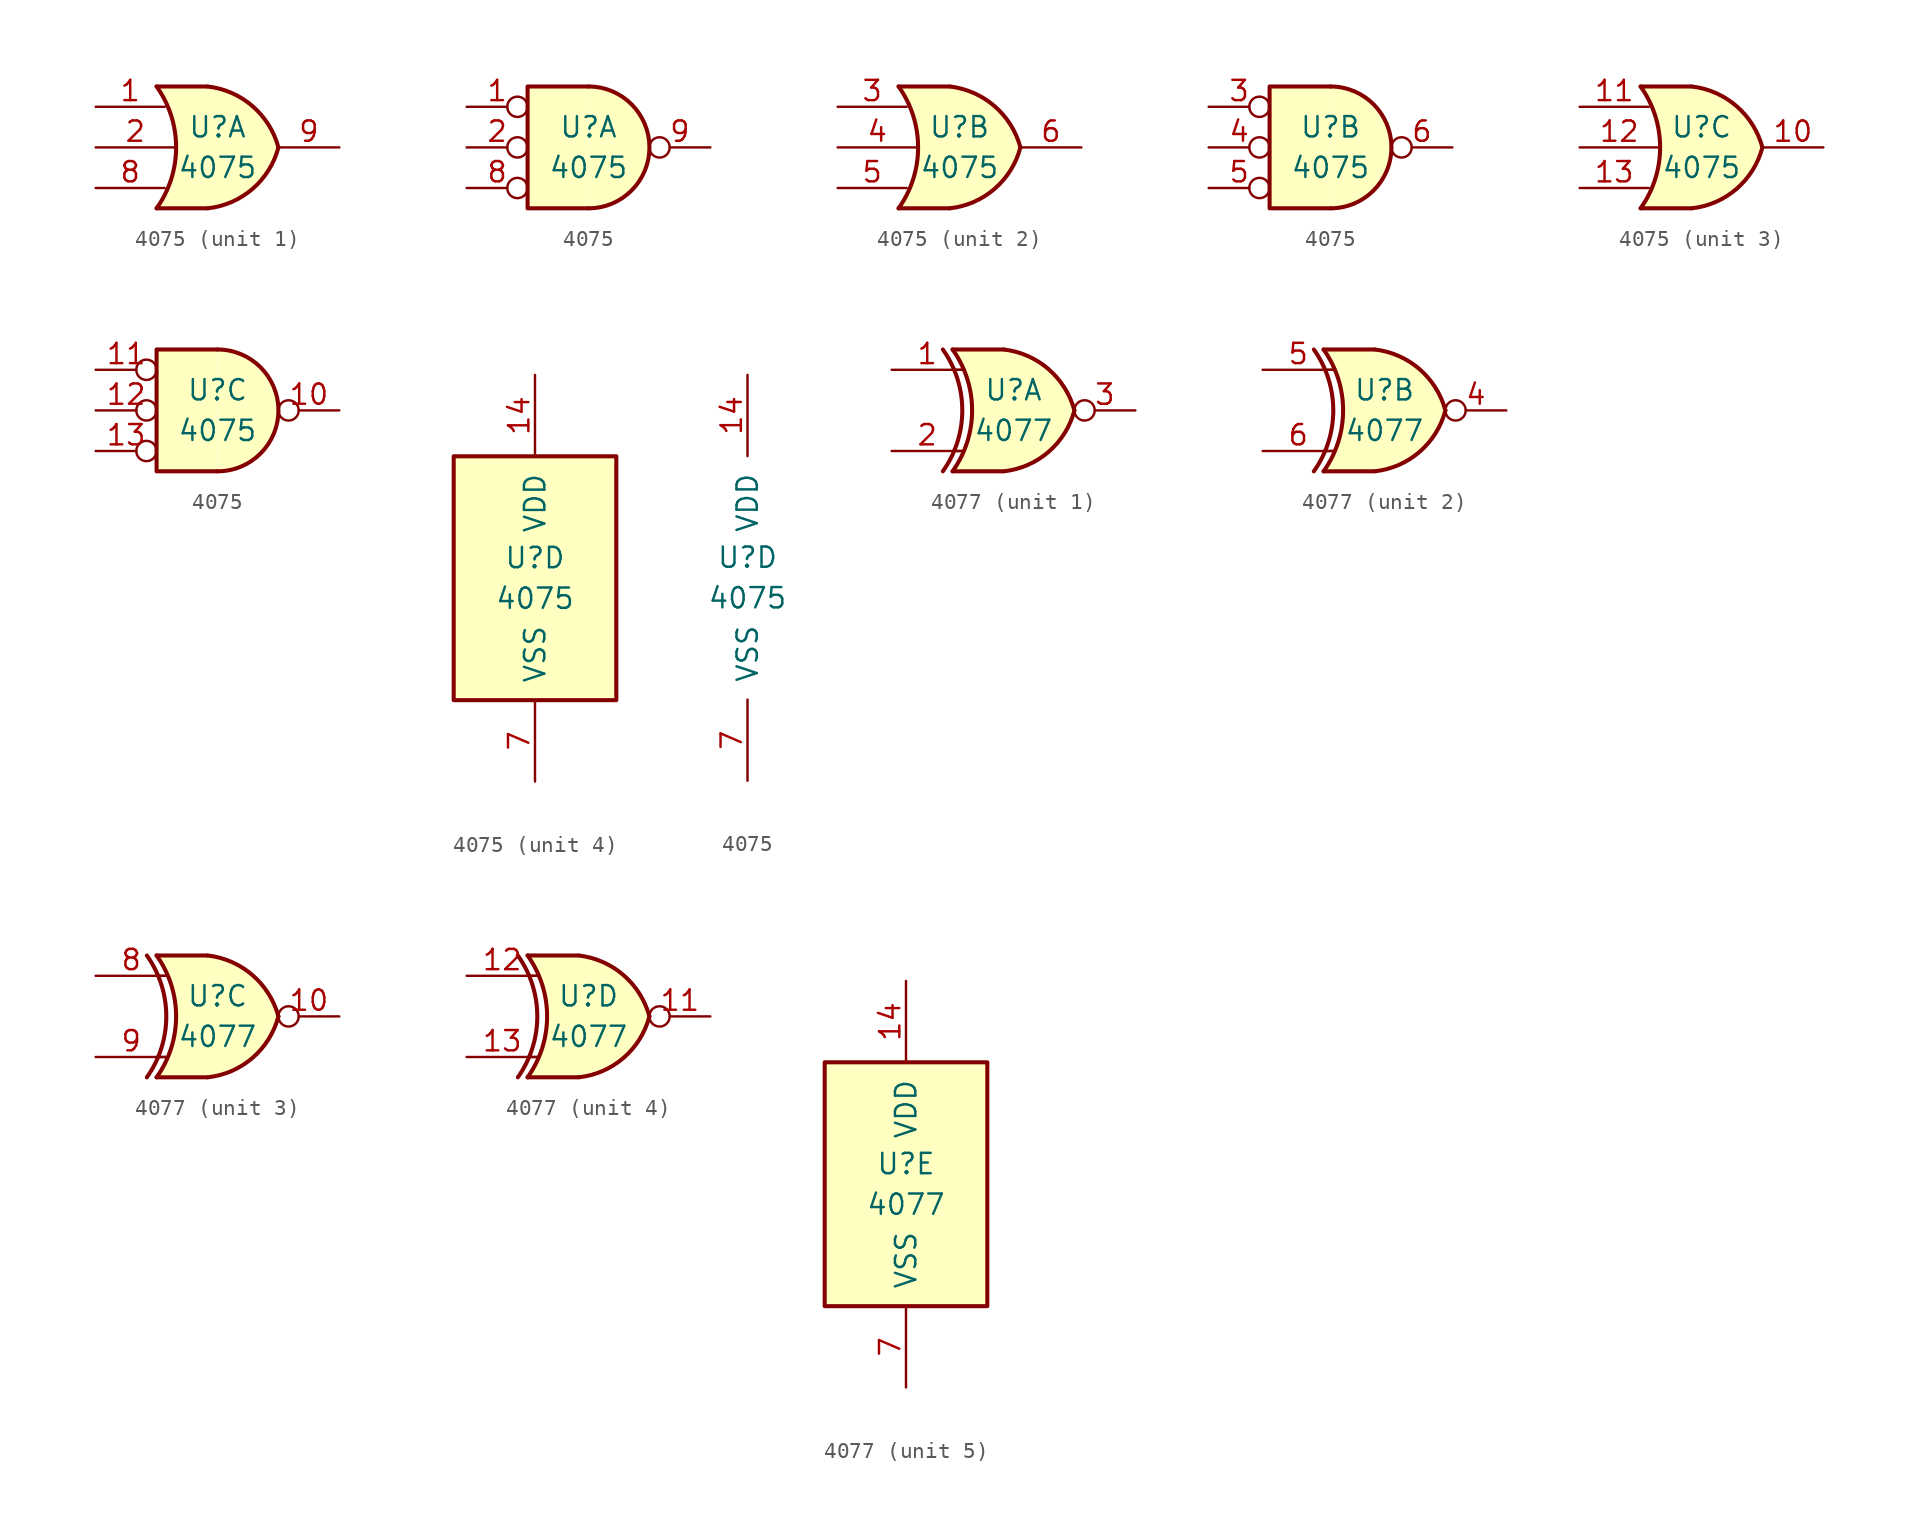
<source format=kicad_sym>
(kicad_symbol_lib
  (version 20200908)
  (generator kicad_symbol_editor)
  (symbol "4xxx:4075"
    (pin_names
      (offset 1.016))
    (property "Reference" "U"
      (at 0 1.27 0)
      (effects (font (size 1.27 1.27))))
    (property "Value" "4075"
      (at 0 -1.27 0)
      (effects (font (size 1.27 1.27))))
    (property "ki_locked" ""
      (at 0 0 0)
      (effects (font (size 1.27 1.27))))
    (symbol "4075_1_1"
      (arc (start -3.81 3.81) (end -3.81 -3.81) (radius (at -9.144 0) (length 6.5532) (angles 35.4 -35.4)) (stroke (width 0.254)) (fill (type none)))
      (arc (start 3.81 0) (end -0.6096 3.81) (radius (at -1.1938 -1.3208) (length 5.1816) (angles 15 83.7)) (stroke (width 0.254)) (fill (type background)))
      (arc (start 3.81 0) (end -0.6096 -3.81) (radius (at -1.1938 1.3208) (length 5.1816) (angles -15 -83.7)) (stroke (width 0.254)) (fill (type background)))
      (polyline (pts (xy -3.81 -3.81) (xy -0.635 -3.81)) (stroke (width 0.254)) (fill (type background)))
      (polyline (pts (xy -3.81 3.81) (xy -0.635 3.81)) (stroke (width 0.254)) (fill (type background)))
      (polyline (pts (xy -0.635 3.81) (xy -3.81 3.81) (xy -3.81 3.81) (xy -3.556 3.404) (xy -3.023 2.261) (xy -2.692 1.041) (xy -2.616 -0.254) (xy -2.769 -1.499) (xy -3.175 -2.718) (xy -3.81 -3.81) (xy -3.81 -3.81) (xy -0.635 -3.81)) (stroke (width -25.4)) (fill (type background)))
      (pin input line (at -7.62 2.54 0) (length 4.318) (name "~" (effects (font (size 1.27 1.27)))) (number "1" (effects (font (size 1.27 1.27)))))
      (pin input line (at -7.62 0 0) (length 4.953) (name "~" (effects (font (size 1.27 1.27)))) (number "2" (effects (font (size 1.27 1.27)))))
      (pin input line (at -7.62 -2.54 0) (length 4.318) (name "~" (effects (font (size 1.27 1.27)))) (number "8" (effects (font (size 1.27 1.27)))))
      (pin output line (at 7.62 0 180) (length 3.81) (name "~" (effects (font (size 1.27 1.27)))) (number "9" (effects (font (size 1.27 1.27))))))
    (symbol "4075_2_1"
      (arc (start -3.81 3.81) (end -3.81 -3.81) (radius (at -9.144 0) (length 6.5532) (angles 35.4 -35.4)) (stroke (width 0.254)) (fill (type none)))
      (arc (start 3.81 0) (end -0.6096 3.81) (radius (at -1.1938 -1.3208) (length 5.1816) (angles 15 83.7)) (stroke (width 0.254)) (fill (type background)))
      (arc (start 3.81 0) (end -0.6096 -3.81) (radius (at -1.1938 1.3208) (length 5.1816) (angles -15 -83.7)) (stroke (width 0.254)) (fill (type background)))
      (polyline (pts (xy -3.81 -3.81) (xy -0.635 -3.81)) (stroke (width 0.254)) (fill (type background)))
      (polyline (pts (xy -3.81 3.81) (xy -0.635 3.81)) (stroke (width 0.254)) (fill (type background)))
      (polyline (pts (xy -0.635 3.81) (xy -3.81 3.81) (xy -3.81 3.81) (xy -3.556 3.404) (xy -3.023 2.261) (xy -2.692 1.041) (xy -2.616 -0.254) (xy -2.769 -1.499) (xy -3.175 -2.718) (xy -3.81 -3.81) (xy -3.81 -3.81) (xy -0.635 -3.81)) (stroke (width -25.4)) (fill (type background)))
      (pin input line (at -7.62 2.54 0) (length 4.318) (name "~" (effects (font (size 1.27 1.27)))) (number "3" (effects (font (size 1.27 1.27)))))
      (pin input line (at -7.62 0 0) (length 4.953) (name "~" (effects (font (size 1.27 1.27)))) (number "4" (effects (font (size 1.27 1.27)))))
      (pin input line (at -7.62 -2.54 0) (length 4.318) (name "~" (effects (font (size 1.27 1.27)))) (number "5" (effects (font (size 1.27 1.27)))))
      (pin output line (at 7.62 0 180) (length 3.81) (name "~" (effects (font (size 1.27 1.27)))) (number "6" (effects (font (size 1.27 1.27))))))
    (symbol "4075_3_1"
      (arc (start -3.81 3.81) (end -3.81 -3.81) (radius (at -9.144 0) (length 6.5532) (angles 35.4 -35.4)) (stroke (width 0.254)) (fill (type none)))
      (arc (start 3.81 0) (end -0.6096 3.81) (radius (at -1.1938 -1.3208) (length 5.1816) (angles 15 83.7)) (stroke (width 0.254)) (fill (type background)))
      (arc (start 3.81 0) (end -0.6096 -3.81) (radius (at -1.1938 1.3208) (length 5.1816) (angles -15 -83.7)) (stroke (width 0.254)) (fill (type background)))
      (polyline (pts (xy -3.81 -3.81) (xy -0.635 -3.81)) (stroke (width 0.254)) (fill (type background)))
      (polyline (pts (xy -3.81 3.81) (xy -0.635 3.81)) (stroke (width 0.254)) (fill (type background)))
      (polyline (pts (xy -0.635 3.81) (xy -3.81 3.81) (xy -3.81 3.81) (xy -3.556 3.404) (xy -3.023 2.261) (xy -2.692 1.041) (xy -2.616 -0.254) (xy -2.769 -1.499) (xy -3.175 -2.718) (xy -3.81 -3.81) (xy -3.81 -3.81) (xy -0.635 -3.81)) (stroke (width -25.4)) (fill (type background)))
      (pin output line (at 7.62 0 180) (length 3.81) (name "~" (effects (font (size 1.27 1.27)))) (number "10" (effects (font (size 1.27 1.27)))))
      (pin input line (at -7.62 2.54 0) (length 4.318) (name "~" (effects (font (size 1.27 1.27)))) (number "11" (effects (font (size 1.27 1.27)))))
      (pin input line (at -7.62 0 0) (length 4.953) (name "~" (effects (font (size 1.27 1.27)))) (number "12" (effects (font (size 1.27 1.27)))))
      (pin input line (at -7.62 -2.54 0) (length 4.318) (name "~" (effects (font (size 1.27 1.27)))) (number "13" (effects (font (size 1.27 1.27))))))
    (symbol "4075_1_2"
      (arc (start 0 -3.81) (end 0 3.81) (radius (at 0 0) (length 3.81) (angles -89.9 89.9)) (stroke (width 0.254)) (fill (type background)))
      (polyline (pts (xy 0 3.81) (xy -3.81 3.81) (xy -3.81 -3.81) (xy 0 -3.81)) (stroke (width 0.254)) (fill (type background)))
      (pin input inverted (at -7.62 2.54 0) (length 3.81) (name "~" (effects (font (size 1.27 1.27)))) (number "1" (effects (font (size 1.27 1.27)))))
      (pin input inverted (at -7.62 0 0) (length 3.81) (name "~" (effects (font (size 1.27 1.27)))) (number "2" (effects (font (size 1.27 1.27)))))
      (pin input inverted (at -7.62 -2.54 0) (length 3.81) (name "~" (effects (font (size 1.27 1.27)))) (number "8" (effects (font (size 1.27 1.27)))))
      (pin output inverted (at 7.62 0 180) (length 3.81) (name "~" (effects (font (size 1.27 1.27)))) (number "9" (effects (font (size 1.27 1.27))))))
    (symbol "4075_2_2"
      (arc (start 0 -3.81) (end 0 3.81) (radius (at 0 0) (length 3.81) (angles -89.9 89.9)) (stroke (width 0.254)) (fill (type background)))
      (polyline (pts (xy 0 3.81) (xy -3.81 3.81) (xy -3.81 -3.81) (xy 0 -3.81)) (stroke (width 0.254)) (fill (type background)))
      (pin input inverted (at -7.62 2.54 0) (length 3.81) (name "~" (effects (font (size 1.27 1.27)))) (number "3" (effects (font (size 1.27 1.27)))))
      (pin input inverted (at -7.62 0 0) (length 3.81) (name "~" (effects (font (size 1.27 1.27)))) (number "4" (effects (font (size 1.27 1.27)))))
      (pin input inverted (at -7.62 -2.54 0) (length 3.81) (name "~" (effects (font (size 1.27 1.27)))) (number "5" (effects (font (size 1.27 1.27)))))
      (pin output inverted (at 7.62 0 180) (length 3.81) (name "~" (effects (font (size 1.27 1.27)))) (number "6" (effects (font (size 1.27 1.27))))))
    (symbol "4075_3_2"
      (arc (start 0 -3.81) (end 0 3.81) (radius (at 0 0) (length 3.81) (angles -89.9 89.9)) (stroke (width 0.254)) (fill (type background)))
      (polyline (pts (xy 0 3.81) (xy -3.81 3.81) (xy -3.81 -3.81) (xy 0 -3.81)) (stroke (width 0.254)) (fill (type background)))
      (pin output inverted (at 7.62 0 180) (length 3.81) (name "~" (effects (font (size 1.27 1.27)))) (number "10" (effects (font (size 1.27 1.27)))))
      (pin input inverted (at -7.62 2.54 0) (length 3.81) (name "~" (effects (font (size 1.27 1.27)))) (number "11" (effects (font (size 1.27 1.27)))))
      (pin input inverted (at -7.62 0 0) (length 3.81) (name "~" (effects (font (size 1.27 1.27)))) (number "12" (effects (font (size 1.27 1.27)))))
      (pin input inverted (at -7.62 -2.54 0) (length 3.81) (name "~" (effects (font (size 1.27 1.27)))) (number "13" (effects (font (size 1.27 1.27))))))
    (symbol "4075_4_1"
      (rectangle (start -5.08 7.62) (end 5.08 -7.62) (stroke (width 0.254)) (fill (type background))))
    (symbol "4075_4_0"
      (pin power_in line (at 0 12.7 270) (length 5.08) (name "VDD" (effects (font (size 1.27 1.27)))) (number "14" (effects (font (size 1.27 1.27)))))
      (pin power_in line (at 0 -12.7 90) (length 5.08) (name "VSS" (effects (font (size 1.27 1.27)))) (number "7" (effects (font (size 1.27 1.27)))))))
  (symbol "4xxx:4077"
    (pin_names
      (offset 1.016))
    (property "Reference" "U"
      (at 0 1.27 0)
      (effects (font (size 1.27 1.27))))
    (property "Value" "4077"
      (at 0 -1.27 0)
      (effects (font (size 1.27 1.27))))
    (property "ki_locked" ""
      (at 0 0 0)
      (effects (font (size 1.27 1.27))))
    (symbol "4077_1_0"
      (arc (start -4.4196 3.81) (end -4.4196 -3.81) (radius (at -9.779 0) (length 6.5532) (angles 35.4 -35.4)) (stroke (width 0.254)) (fill (type none)))
      (arc (start -3.81 3.81) (end -3.81 -3.81) (radius (at -9.144 0) (length 6.5532) (angles 35.4 -35.4)) (stroke (width 0.254)) (fill (type none)))
      (arc (start 3.81 0) (end -0.6096 3.81) (radius (at -1.1938 -1.3208) (length 5.1816) (angles 15 83.7)) (stroke (width 0.254)) (fill (type background)))
      (arc (start 3.81 0) (end -0.6096 -3.81) (radius (at -1.1938 1.3208) (length 5.1816) (angles -15 -83.7)) (stroke (width 0.254)) (fill (type background)))
      (polyline (pts (xy -3.81 -3.81) (xy -0.635 -3.81)) (stroke (width 0.254)) (fill (type background)))
      (polyline (pts (xy -3.81 3.81) (xy -0.635 3.81)) (stroke (width 0.254)) (fill (type background)))
      (polyline (pts (xy -0.635 3.81) (xy -3.81 3.81) (xy -3.81 3.81) (xy -3.556 3.404) (xy -3.023 2.261) (xy -2.692 1.041) (xy -2.616 -0.254) (xy -2.769 -1.499) (xy -3.175 -2.718) (xy -3.81 -3.81) (xy -3.81 -3.81) (xy -0.635 -3.81)) (stroke (width -25.4)) (fill (type background)))
      (pin input line (at -7.62 2.54 0) (length 4.445) (name "~" (effects (font (size 1.27 1.27)))) (number "1" (effects (font (size 1.27 1.27)))))
      (pin input line (at -7.62 -2.54 0) (length 4.445) (name "~" (effects (font (size 1.27 1.27)))) (number "2" (effects (font (size 1.27 1.27)))))
      (pin output inverted (at 7.62 0 180) (length 3.81) (name "~" (effects (font (size 1.27 1.27)))) (number "3" (effects (font (size 1.27 1.27))))))
    (symbol "4077_2_0"
      (arc (start -4.4196 3.81) (end -4.4196 -3.81) (radius (at -9.779 0) (length 6.5532) (angles 35.4 -35.4)) (stroke (width 0.254)) (fill (type none)))
      (arc (start -3.81 3.81) (end -3.81 -3.81) (radius (at -9.144 0) (length 6.5532) (angles 35.4 -35.4)) (stroke (width 0.254)) (fill (type none)))
      (arc (start 3.81 0) (end -0.6096 3.81) (radius (at -1.1938 -1.3208) (length 5.1816) (angles 15 83.7)) (stroke (width 0.254)) (fill (type background)))
      (arc (start 3.81 0) (end -0.6096 -3.81) (radius (at -1.1938 1.3208) (length 5.1816) (angles -15 -83.7)) (stroke (width 0.254)) (fill (type background)))
      (polyline (pts (xy -3.81 -3.81) (xy -0.635 -3.81)) (stroke (width 0.254)) (fill (type background)))
      (polyline (pts (xy -3.81 3.81) (xy -0.635 3.81)) (stroke (width 0.254)) (fill (type background)))
      (polyline (pts (xy -0.635 3.81) (xy -3.81 3.81) (xy -3.81 3.81) (xy -3.556 3.404) (xy -3.023 2.261) (xy -2.692 1.041) (xy -2.616 -0.254) (xy -2.769 -1.499) (xy -3.175 -2.718) (xy -3.81 -3.81) (xy -3.81 -3.81) (xy -0.635 -3.81)) (stroke (width -25.4)) (fill (type background)))
      (pin output inverted (at 7.62 0 180) (length 3.81) (name "~" (effects (font (size 1.27 1.27)))) (number "4" (effects (font (size 1.27 1.27)))))
      (pin input line (at -7.62 2.54 0) (length 4.445) (name "~" (effects (font (size 1.27 1.27)))) (number "5" (effects (font (size 1.27 1.27)))))
      (pin input line (at -7.62 -2.54 0) (length 4.445) (name "~" (effects (font (size 1.27 1.27)))) (number "6" (effects (font (size 1.27 1.27))))))
    (symbol "4077_3_0"
      (arc (start -4.4196 3.81) (end -4.4196 -3.81) (radius (at -9.779 0) (length 6.5532) (angles 35.4 -35.4)) (stroke (width 0.254)) (fill (type none)))
      (arc (start -3.81 3.81) (end -3.81 -3.81) (radius (at -9.144 0) (length 6.5532) (angles 35.4 -35.4)) (stroke (width 0.254)) (fill (type none)))
      (arc (start 3.81 0) (end -0.6096 3.81) (radius (at -1.1938 -1.3208) (length 5.1816) (angles 15 83.7)) (stroke (width 0.254)) (fill (type background)))
      (arc (start 3.81 0) (end -0.6096 -3.81) (radius (at -1.1938 1.3208) (length 5.1816) (angles -15 -83.7)) (stroke (width 0.254)) (fill (type background)))
      (polyline (pts (xy -3.81 -3.81) (xy -0.635 -3.81)) (stroke (width 0.254)) (fill (type background)))
      (polyline (pts (xy -3.81 3.81) (xy -0.635 3.81)) (stroke (width 0.254)) (fill (type background)))
      (polyline (pts (xy -0.635 3.81) (xy -3.81 3.81) (xy -3.81 3.81) (xy -3.556 3.404) (xy -3.023 2.261) (xy -2.692 1.041) (xy -2.616 -0.254) (xy -2.769 -1.499) (xy -3.175 -2.718) (xy -3.81 -3.81) (xy -3.81 -3.81) (xy -0.635 -3.81)) (stroke (width -25.4)) (fill (type background)))
      (pin output inverted (at 7.62 0 180) (length 3.81) (name "~" (effects (font (size 1.27 1.27)))) (number "10" (effects (font (size 1.27 1.27)))))
      (pin input line (at -7.62 2.54 0) (length 4.445) (name "~" (effects (font (size 1.27 1.27)))) (number "8" (effects (font (size 1.27 1.27)))))
      (pin input line (at -7.62 -2.54 0) (length 4.445) (name "~" (effects (font (size 1.27 1.27)))) (number "9" (effects (font (size 1.27 1.27))))))
    (symbol "4077_4_0"
      (arc (start -4.4196 3.81) (end -4.4196 -3.81) (radius (at -9.779 0) (length 6.5532) (angles 35.4 -35.4)) (stroke (width 0.254)) (fill (type none)))
      (arc (start -3.81 3.81) (end -3.81 -3.81) (radius (at -9.144 0) (length 6.5532) (angles 35.4 -35.4)) (stroke (width 0.254)) (fill (type none)))
      (arc (start 3.81 0) (end -0.6096 3.81) (radius (at -1.1938 -1.3208) (length 5.1816) (angles 15 83.7)) (stroke (width 0.254)) (fill (type background)))
      (arc (start 3.81 0) (end -0.6096 -3.81) (radius (at -1.1938 1.3208) (length 5.1816) (angles -15 -83.7)) (stroke (width 0.254)) (fill (type background)))
      (polyline (pts (xy -3.81 -3.81) (xy -0.635 -3.81)) (stroke (width 0.254)) (fill (type background)))
      (polyline (pts (xy -3.81 3.81) (xy -0.635 3.81)) (stroke (width 0.254)) (fill (type background)))
      (polyline (pts (xy -0.635 3.81) (xy -3.81 3.81) (xy -3.81 3.81) (xy -3.556 3.404) (xy -3.023 2.261) (xy -2.692 1.041) (xy -2.616 -0.254) (xy -2.769 -1.499) (xy -3.175 -2.718) (xy -3.81 -3.81) (xy -3.81 -3.81) (xy -0.635 -3.81)) (stroke (width -25.4)) (fill (type background)))
      (pin output inverted (at 7.62 0 180) (length 3.81) (name "~" (effects (font (size 1.27 1.27)))) (number "11" (effects (font (size 1.27 1.27)))))
      (pin input line (at -7.62 2.54 0) (length 4.445) (name "~" (effects (font (size 1.27 1.27)))) (number "12" (effects (font (size 1.27 1.27)))))
      (pin input line (at -7.62 -2.54 0) (length 4.445) (name "~" (effects (font (size 1.27 1.27)))) (number "13" (effects (font (size 1.27 1.27))))))
    (symbol "4077_5_1"
      (rectangle (start -5.08 7.62) (end 5.08 -7.62) (stroke (width 0.254)) (fill (type background))))
    (symbol "4077_1_1"
      (polyline (pts (xy -3.81 -2.54) (xy -3.175 -2.54)) (stroke (width 0.152)) (fill (type none)))
      (polyline (pts (xy -3.81 2.54) (xy -3.175 2.54)) (stroke (width 0.152)) (fill (type none))))
    (symbol "4077_2_1"
      (polyline (pts (xy -3.81 -2.54) (xy -3.175 -2.54)) (stroke (width 0.152)) (fill (type none)))
      (polyline (pts (xy -3.81 2.54) (xy -3.175 2.54)) (stroke (width 0.152)) (fill (type none))))
    (symbol "4077_3_1"
      (polyline (pts (xy -3.81 -2.54) (xy -3.175 -2.54)) (stroke (width 0.152)) (fill (type none)))
      (polyline (pts (xy -3.81 2.54) (xy -3.175 2.54)) (stroke (width 0.152)) (fill (type none))))
    (symbol "4077_4_1"
      (polyline (pts (xy -3.81 -2.54) (xy -3.175 -2.54)) (stroke (width 0.152)) (fill (type none)))
      (polyline (pts (xy -3.81 2.54) (xy -3.175 2.54)) (stroke (width 0.152)) (fill (type none))))
    (symbol "4077_5_0"
      (pin power_in line (at 0 12.7 270) (length 5.08) (name "VDD" (effects (font (size 1.27 1.27)))) (number "14" (effects (font (size 1.27 1.27)))))
      (pin power_in line (at 0 -12.7 90) (length 5.08) (name "VSS" (effects (font (size 1.27 1.27)))) (number "7" (effects (font (size 1.27 1.27))))))))
</source>
